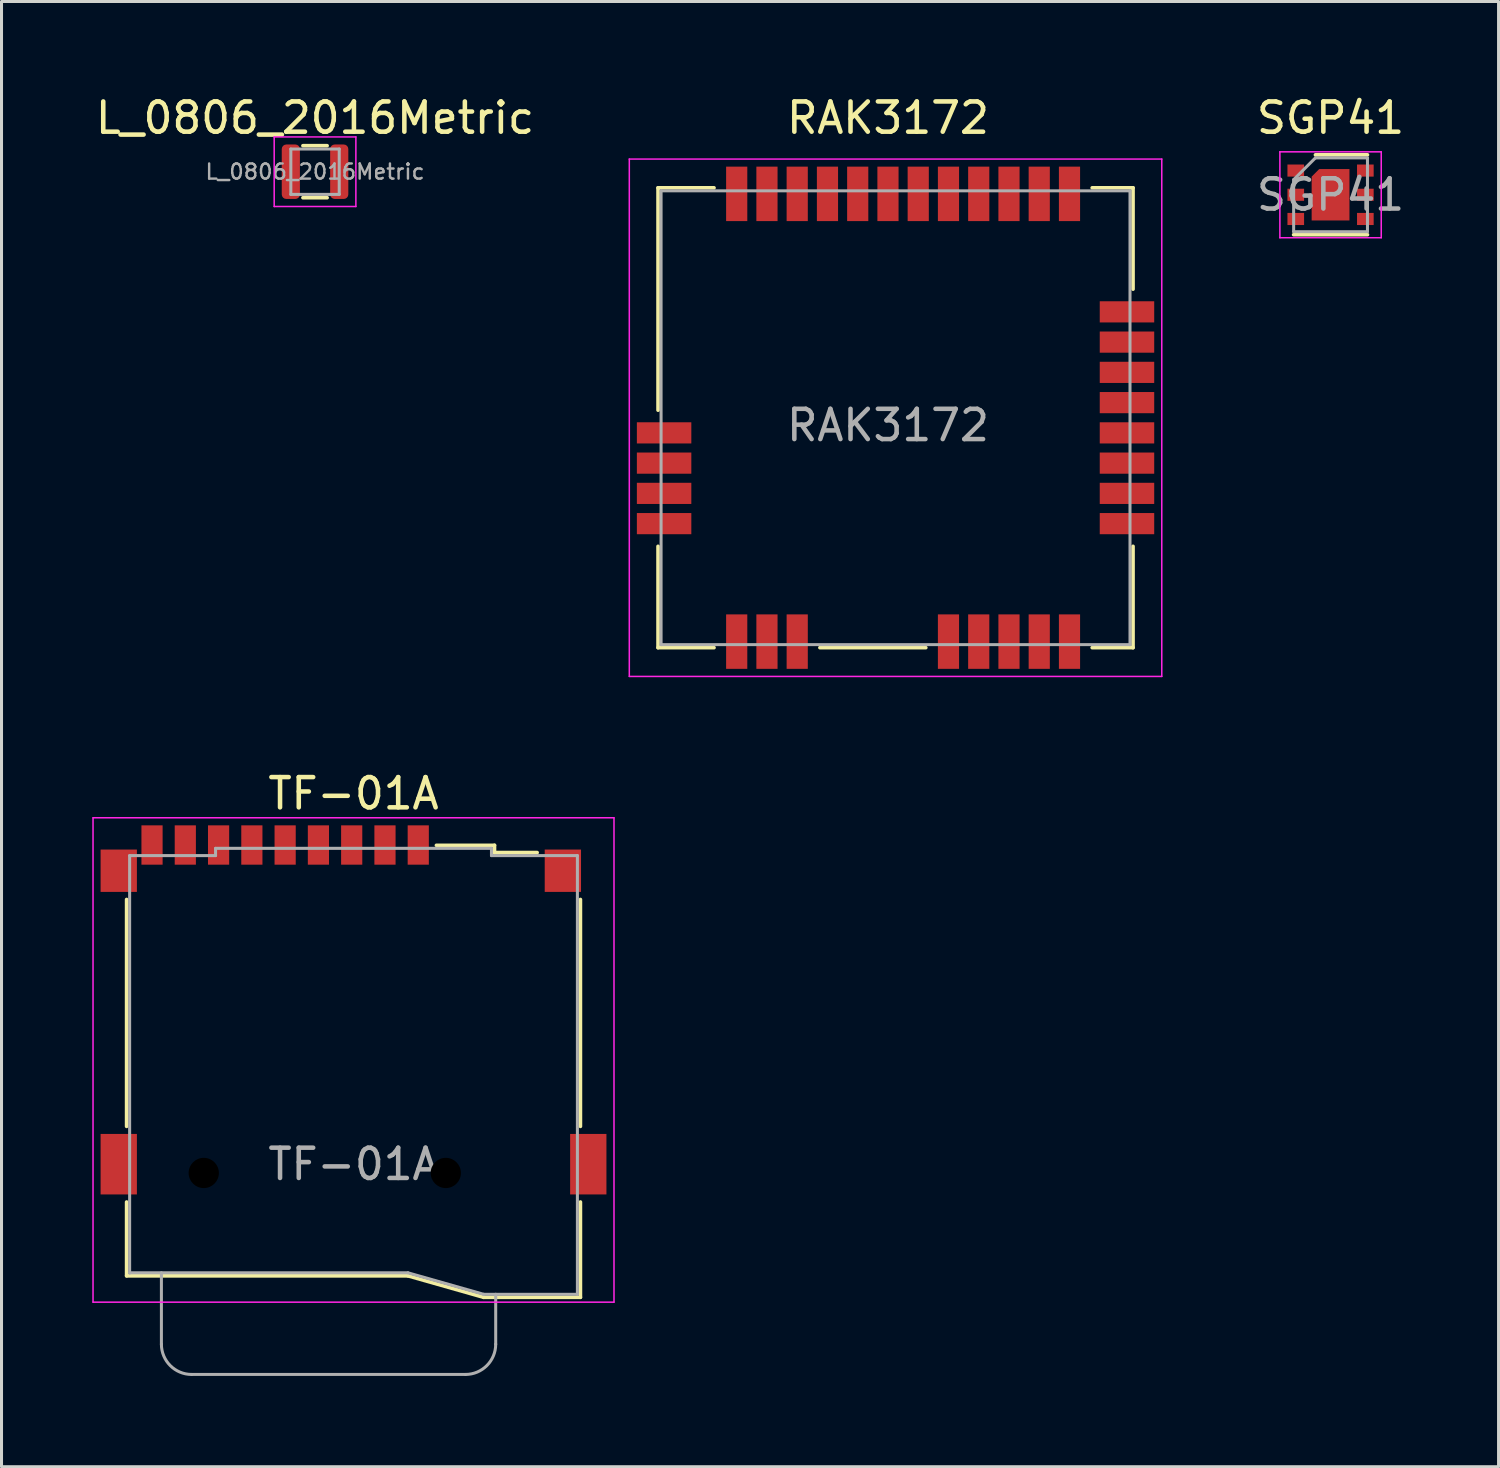
<source format=kicad_pcb>
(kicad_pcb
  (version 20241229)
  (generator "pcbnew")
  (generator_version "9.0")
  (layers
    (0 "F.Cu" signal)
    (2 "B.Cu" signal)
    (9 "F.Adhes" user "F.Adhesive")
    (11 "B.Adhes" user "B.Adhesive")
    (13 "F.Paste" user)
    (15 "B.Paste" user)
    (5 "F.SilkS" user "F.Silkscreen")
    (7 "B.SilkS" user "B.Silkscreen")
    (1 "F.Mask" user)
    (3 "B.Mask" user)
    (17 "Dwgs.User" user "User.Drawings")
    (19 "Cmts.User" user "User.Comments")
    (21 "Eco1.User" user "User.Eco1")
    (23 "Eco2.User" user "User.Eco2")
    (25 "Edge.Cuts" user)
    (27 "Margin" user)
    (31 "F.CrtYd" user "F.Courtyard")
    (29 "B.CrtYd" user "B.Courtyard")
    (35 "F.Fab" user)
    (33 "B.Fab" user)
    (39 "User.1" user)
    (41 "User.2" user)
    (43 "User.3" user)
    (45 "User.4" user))
  (footprint "TF-01A"
    (layer "F.Cu")
    (at 8.635 35.431)
    (property "Reference" "TF-01A" (at 0 -12.25 180) (layer "F.SilkS") (effects (font (size 1 1) (thickness 0.15))))
    (attr smd)
    (fp_line (start -7.5 -8.75) (end -7.5 -1.25) (stroke (width 0.12) (type solid)) (layer "F.SilkS"))
    (fp_line (start -7.5 3.69) (end -7.5 1.25) (stroke (width 0.12) (type solid)) (layer "F.SilkS"))
    (fp_line (start -7.5 3.69) (end 1.8 3.69) (stroke (width 0.12) (type solid)) (layer "F.SilkS"))
    (fp_line (start 1.8 3.69) (end 4.3 4.4) (stroke (width 0.12) (type solid)) (layer "F.SilkS"))
    (fp_line (start 2.74 -10.54) (end 4.66 -10.54) (stroke (width 0.12) (type solid)) (layer "F.SilkS"))
    (fp_line (start 4.3 4.4) (end 7.5 4.4) (stroke (width 0.12) (type solid)) (layer "F.SilkS"))
    (fp_line (start 4.66 -10.3) (end 4.66 -10.54) (stroke (width 0.12) (type solid)) (layer "F.SilkS"))
    (fp_line (start 4.66 -10.3) (end 6.07 -10.3) (stroke (width 0.12) (type solid)) (layer "F.SilkS"))
    (fp_line (start 7.5 -1.25) (end 7.5 -8.75) (stroke (width 0.12) (type solid)) (layer "F.SilkS"))
    (fp_line (start 7.5 4.4) (end 7.5 1.25) (stroke (width 0.12) (type solid)) (layer "F.SilkS"))
    (fp_line (start -8.61 -11.45) (end -8.61 4.56) (stroke (width 0.05) (type solid)) (layer "F.CrtYd"))
    (fp_line (start -8.61 4.56) (end 8.61 4.56) (stroke (width 0.05) (type solid)) (layer "F.CrtYd"))
    (fp_line (start 8.61 -11.45) (end -8.61 -11.45) (stroke (width 0.05) (type solid)) (layer "F.CrtYd"))
    (fp_line (start 8.61 4.56) (end 8.61 -11.45) (stroke (width 0.05) (type solid)) (layer "F.CrtYd"))
    (fp_line (start -7.4 -10.2) (end -4.56 -10.2) (stroke (width 0.1) (type solid)) (layer "F.Fab"))
    (fp_line (start -7.4 3.6) (end -7.4 -10.2) (stroke (width 0.1) (type solid)) (layer "F.Fab"))
    (fp_line (start -6.35 5.95) (end -6.35 3.59) (stroke (width 0.1) (type solid)) (layer "F.Fab"))
    (fp_line (start -4.56 -10.2) (end -4.56 -10.44) (stroke (width 0.1) (type solid)) (layer "F.Fab"))
    (fp_line (start 1.8 3.59) (end -7.4 3.59) (stroke (width 0.1) (type solid)) (layer "F.Fab"))
    (fp_line (start 3.7 6.95) (end -5.35 6.95) (stroke (width 0.1) (type solid)) (layer "F.Fab"))
    (fp_line (start 4.3 4.3) (end 1.8 3.59) (stroke (width 0.1) (type solid)) (layer "F.Fab"))
    (fp_line (start 4.56 -10.44) (end -4.56 -10.44) (stroke (width 0.1) (type solid)) (layer "F.Fab"))
    (fp_line (start 4.56 -10.2) (end 4.56 -10.44) (stroke (width 0.1) (type solid)) (layer "F.Fab"))
    (fp_line (start 4.56 -10.2) (end 7.4 -10.2) (stroke (width 0.1) (type solid)) (layer "F.Fab"))
    (fp_line (start 4.7 5.95) (end 4.7 4.3) (stroke (width 0.1) (type solid)) (layer "F.Fab"))
    (fp_line (start 7.4 -10.2) (end 7.4 4.3) (stroke (width 0.1) (type solid)) (layer "F.Fab"))
    (fp_line (start 7.4 4.3) (end 4.3 4.3) (stroke (width 0.1) (type solid)) (layer "F.Fab"))
    (fp_arc (start -5.35 6.95) (mid -6.057107 6.657107) (end -6.35 5.95) (stroke (width 0.1) (type default)) (layer "F.Fab"))
    (fp_arc (start 4.7 5.95) (mid 4.407107 6.657107) (end 3.7 6.95) (stroke (width 0.1) (type default)) (layer "F.Fab"))
    (fp_text user "${REFERENCE}" (at 0 0 0) (unlocked yes) (layer "F.Fab") (effects (font (size 1 1) (thickness 0.15))))
    (pad "" np_thru_hole circle (at -4.95 0.29) (size 1 1) (drill 1) (layers "*.Mask"))
    (pad "" np_thru_hole circle (at 3.05 0.29) (size 1 1) (drill 1) (layers "*.Mask"))
    (pad "1" smd rect (at 2.14 -10.55) (size 0.7 1.3) (layers "F.Cu" "F.Mask" "F.Paste"))
    (pad "2" smd rect (at 1.04 -10.55) (size 0.7 1.3) (layers "F.Cu" "F.Mask" "F.Paste"))
    (pad "3" smd rect (at -0.06 -10.55) (size 0.7 1.3) (layers "F.Cu" "F.Mask" "F.Paste"))
    (pad "4" smd rect (at -1.16 -10.55) (size 0.7 1.3) (layers "F.Cu" "F.Mask" "F.Paste"))
    (pad "5" smd rect (at -2.26 -10.55) (size 0.7 1.3) (layers "F.Cu" "F.Mask" "F.Paste"))
    (pad "6" smd rect (at -3.36 -10.55) (size 0.7 1.3) (layers "F.Cu" "F.Mask" "F.Paste"))
    (pad "7" smd rect (at -4.46 -10.55) (size 0.7 1.3) (layers "F.Cu" "F.Mask" "F.Paste"))
    (pad "8" smd rect (at -5.56 -10.55) (size 0.7 1.3) (layers "F.Cu" "F.Mask" "F.Paste"))
    (pad "9" smd rect (at -6.66 -10.55) (size 0.7 1.3) (layers "F.Cu" "F.Mask" "F.Paste"))
    (pad "10" smd rect (at -7.76 -9.7) (size 1.2 1.4) (layers "F.Cu" "F.Mask" "F.Paste"))
    (pad "10" smd rect (at -7.76 0) (size 1.2 2) (layers "F.Cu" "F.Mask" "F.Paste"))
    (pad "10" smd rect (at 6.92 -9.7) (size 1.2 1.4) (layers "F.Cu" "F.Mask" "F.Paste"))
    (pad "10" smd rect (at 7.76 0) (size 1.2 2) (layers "F.Cu" "F.Mask" "F.Paste")))
  (footprint "RAK3172"
    (layer "F.Cu")
    (at 26.301 11.008)
    (property "Reference" "RAK3172" (at 0 -10.16 180) (layer "F.SilkS") (effects (font (size 1 1) (thickness 0.15))))
    (attr smd)
    (fp_line (start -7.6 -7.85) (end -5.75 -7.85) (stroke (width 0.12) (type solid)) (layer "F.SilkS"))
    (fp_line (start -7.6 -0.5) (end -7.6 -7.85) (stroke (width 0.12) (type solid)) (layer "F.SilkS"))
    (fp_line (start -7.6 7.35) (end -7.6 4) (stroke (width 0.12) (type solid)) (layer "F.SilkS"))
    (fp_line (start -5.75 7.35) (end -7.6 7.35) (stroke (width 0.12) (type solid)) (layer "F.SilkS"))
    (fp_line (start 1.25 7.35) (end -2.25 7.35) (stroke (width 0.12) (type solid)) (layer "F.SilkS"))
    (fp_line (start 6.75 -7.85) (end 8.1 -7.85) (stroke (width 0.12) (type solid)) (layer "F.SilkS"))
    (fp_line (start 8.1 -7.85) (end 8.1 -4.5) (stroke (width 0.12) (type solid)) (layer "F.SilkS"))
    (fp_line (start 8.1 4) (end 8.1 7.35) (stroke (width 0.12) (type solid)) (layer "F.SilkS"))
    (fp_line (start 8.1 7.35) (end 6.75 7.35) (stroke (width 0.12) (type solid)) (layer "F.SilkS"))
    (fp_line (start -8.55 -8.8) (end 9.05 -8.8) (stroke (width 0.05) (type solid)) (layer "F.CrtYd"))
    (fp_line (start -8.55 8.3) (end -8.55 -8.8) (stroke (width 0.05) (type solid)) (layer "F.CrtYd"))
    (fp_line (start 9.05 -8.8) (end 9.05 8.3) (stroke (width 0.05) (type solid)) (layer "F.CrtYd"))
    (fp_line (start 9.05 8.3) (end -8.55 8.3) (stroke (width 0.05) (type solid)) (layer "F.CrtYd"))
    (fp_line (start -7.5 -7.75) (end -7.5 7.25) (stroke (width 0.1) (type solid)) (layer "F.Fab"))
    (fp_line (start -7.5 7.25) (end 8 7.25) (stroke (width 0.1) (type solid)) (layer "F.Fab"))
    (fp_line (start 8 -7.75) (end -7.5 -7.75) (stroke (width 0.1) (type solid)) (layer "F.Fab"))
    (fp_line (start 8 7.25) (end 8 -7.75) (stroke (width 0.1) (type solid)) (layer "F.Fab"))
    (fp_text user "${REFERENCE}" (at 0 0 0) (unlocked yes) (layer "F.Fab") (effects (font (size 1 1) (thickness 0.15))))
    (pad "1" smd rect (at 6 -7.65 180) (size 0.7 1.8) (layers "F.Cu" "F.Mask" "F.Paste"))
    (pad "2" smd rect (at 5 -7.65 180) (size 0.7 1.8) (layers "F.Cu" "F.Mask" "F.Paste"))
    (pad "3" smd rect (at 4 -7.65 180) (size 0.7 1.8) (layers "F.Cu" "F.Mask" "F.Paste"))
    (pad "4" smd rect (at 3 -7.65 180) (size 0.7 1.8) (layers "F.Cu" "F.Mask" "F.Paste"))
    (pad "5" smd rect (at 2 -7.65 180) (size 0.7 1.8) (layers "F.Cu" "F.Mask" "F.Paste"))
    (pad "6" smd rect (at 1 -7.65 180) (size 0.7 1.8) (layers "F.Cu" "F.Mask" "F.Paste"))
    (pad "7" smd rect (at 0 -7.65 180) (size 0.7 1.8) (layers "F.Cu" "F.Mask" "F.Paste"))
    (pad "8" smd rect (at -1 -7.65 180) (size 0.7 1.8) (layers "F.Cu" "F.Mask" "F.Paste"))
    (pad "9" smd rect (at -2 -7.65 180) (size 0.7 1.8) (layers "F.Cu" "F.Mask" "F.Paste"))
    (pad "10" smd rect (at -3 -7.65 180) (size 0.7 1.8) (layers "F.Cu" "F.Mask" "F.Paste"))
    (pad "11" smd rect (at -4 -7.65 180) (size 0.7 1.8) (layers "F.Cu" "F.Mask" "F.Paste"))
    (pad "12" smd rect (at -5 -7.65 180) (size 0.7 1.8) (layers "F.Cu" "F.Mask" "F.Paste"))
    (pad "13" smd rect (at -7.4 0.25 270) (size 0.7 1.8) (layers "F.Cu" "F.Mask" "F.Paste"))
    (pad "14" smd rect (at -7.4 1.25 270) (size 0.7 1.8) (layers "F.Cu" "F.Mask" "F.Paste"))
    (pad "15" smd rect (at -7.4 2.25 270) (size 0.7 1.8) (layers "F.Cu" "F.Mask" "F.Paste"))
    (pad "16" smd rect (at -7.4 3.25 270) (size 0.7 1.8) (layers "F.Cu" "F.Mask" "F.Paste"))
    (pad "17" smd rect (at -5 7.15) (size 0.7 1.8) (layers "F.Cu" "F.Mask" "F.Paste"))
    (pad "18" smd rect (at -4 7.15) (size 0.7 1.8) (layers "F.Cu" "F.Mask" "F.Paste"))
    (pad "19" smd rect (at -3 7.15) (size 0.7 1.8) (layers "F.Cu" "F.Mask" "F.Paste"))
    (pad "20" smd rect (at 2 7.15) (size 0.7 1.8) (layers "F.Cu" "F.Mask" "F.Paste"))
    (pad "21" smd rect (at 3 7.15) (size 0.7 1.8) (layers "F.Cu" "F.Mask" "F.Paste"))
    (pad "22" smd rect (at 4 7.15) (size 0.7 1.8) (layers "F.Cu" "F.Mask" "F.Paste"))
    (pad "23" smd rect (at 5 7.15) (size 0.7 1.8) (layers "F.Cu" "F.Mask" "F.Paste"))
    (pad "24" smd rect (at 6 7.15) (size 0.7 1.8) (layers "F.Cu" "F.Mask" "F.Paste"))
    (pad "25" smd rect (at 7.9 3.25 90) (size 0.7 1.8) (layers "F.Cu" "F.Mask" "F.Paste"))
    (pad "26" smd rect (at 7.9 2.25 90) (size 0.7 1.8) (layers "F.Cu" "F.Mask" "F.Paste"))
    (pad "27" smd rect (at 7.9 1.25 90) (size 0.7 1.8) (layers "F.Cu" "F.Mask" "F.Paste"))
    (pad "28" smd rect (at 7.9 0.25 90) (size 0.7 1.8) (layers "F.Cu" "F.Mask" "F.Paste"))
    (pad "29" smd rect (at 7.9 -0.75 90) (size 0.7 1.8) (layers "F.Cu" "F.Mask" "F.Paste"))
    (pad "30" smd rect (at 7.9 -1.75 90) (size 0.7 1.8) (layers "F.Cu" "F.Mask" "F.Paste"))
    (pad "31" smd rect (at 7.9 -2.75 90) (size 0.7 1.8) (layers "F.Cu" "F.Mask" "F.Paste"))
    (pad "32" smd rect (at 7.9 -3.75 90) (size 0.7 1.8) (layers "F.Cu" "F.Mask" "F.Paste")))
  (footprint "L_0806_2016Metric"
    (layer "F.Cu")
    (at 7.363 2.626)
    (property "Reference" "L_0806_2016Metric" (at 0 -1.778 0) (layer "F.SilkS") (effects (font (size 1 1) (thickness 0.15))))
    (attr smd)
    (fp_line (start -0.4 -0.86) (end 0.4 -0.86) (stroke (width 0.12) (type solid)) (layer "F.SilkS"))
    (fp_line (start -0.4 0.86) (end 0.4 0.86) (stroke (width 0.12) (type solid)) (layer "F.SilkS"))
    (fp_line (start -1.35 -1.15) (end 1.35 -1.15) (stroke (width 0.05) (type solid)) (layer "F.CrtYd"))
    (fp_line (start -1.35 1.15) (end -1.35 -1.15) (stroke (width 0.05) (type solid)) (layer "F.CrtYd"))
    (fp_line (start 1.35 -1.15) (end 1.35 1.15) (stroke (width 0.05) (type solid)) (layer "F.CrtYd"))
    (fp_line (start 1.35 1.15) (end -1.35 1.15) (stroke (width 0.05) (type solid)) (layer "F.CrtYd"))
    (fp_line (start -0.8 -0.75) (end 0.8 -0.75) (stroke (width 0.1) (type solid)) (layer "F.Fab"))
    (fp_line (start -0.8 0.75) (end -0.8 -0.75) (stroke (width 0.1) (type solid)) (layer "F.Fab"))
    (fp_line (start 0.8 -0.75) (end 0.8 0.75) (stroke (width 0.1) (type solid)) (layer "F.Fab"))
    (fp_line (start 0.8 0.75) (end -0.8 0.75) (stroke (width 0.1) (type solid)) (layer "F.Fab"))
    (fp_text user "${REFERENCE}" (at 0 0 0) (layer "F.Fab") (effects (font (size 0.5 0.5) (thickness 0.08))))
    (pad "1" smd roundrect (at -0.8 0) (size 0.6 1.8) (layers "F.Cu" "F.Mask" "F.Paste") (roundrect_rratio 0.25))
    (pad "2" smd roundrect (at 0.8 0) (size 0.6 1.8) (layers "F.Cu" "F.Mask" "F.Paste") (roundrect_rratio 0.25)))
  (footprint "SGP41"
    (layer "F.Cu")
    (at 40.93 3.388)
    (property "Reference" "SGP41" (at 0 -2.54 0) (unlocked yes) (layer "F.SilkS") (effects (font (size 1 1) (thickness 0.15))))
    (attr smd)
    (fp_line (start -1.22 1.32) (end 1.22 1.32) (stroke (width 0.12) (type solid)) (layer "F.SilkS"))
    (fp_line (start -0.5 -1.32) (end 1.22 -1.32) (stroke (width 0.12) (type solid)) (layer "F.SilkS"))
    (fp_line (start -1.675 -1.42) (end -1.675 1.42) (stroke (width 0.05) (type solid)) (layer "F.CrtYd"))
    (fp_line (start -1.675 1.42) (end 1.675 1.42) (stroke (width 0.05) (type solid)) (layer "F.CrtYd"))
    (fp_line (start 1.675 -1.42) (end -1.675 -1.42) (stroke (width 0.05) (type solid)) (layer "F.CrtYd"))
    (fp_line (start 1.675 1.42) (end 1.675 -1.42) (stroke (width 0.05) (type solid)) (layer "F.CrtYd"))
    (fp_line (start -1.22 1.22) (end -1.22 -0.5) (stroke (width 0.1) (type solid)) (layer "F.Fab"))
    (fp_line (start -0.5 -1.22) (end -1.22 -0.5) (stroke (width 0.1) (type solid)) (layer "F.Fab"))
    (fp_line (start -0.5 -1.22) (end 1.22 -1.22) (stroke (width 0.1) (type solid)) (layer "F.Fab"))
    (fp_line (start 1.22 -1.22) (end 1.22 1.22) (stroke (width 0.1) (type solid)) (layer "F.Fab"))
    (fp_line (start 1.22 1.22) (end -1.22 1.22) (stroke (width 0.1) (type solid)) (layer "F.Fab"))
    (fp_text user "${REFERENCE}" (at 0 0 0) (unlocked yes) (layer "F.Fab") (effects (font (size 1 1) (thickness 0.15))))
    (pad "1" smd rect (at -1.15 -0.8 270) (size 0.4 0.55) (layers "F.Cu" "F.Mask" "F.Paste"))
    (pad "2" smd rect (at -1.15 0 270) (size 0.4 0.55) (layers "F.Cu" "F.Mask" "F.Paste"))
    (pad "3" smd rect (at -1.15 0.8 270) (size 0.4 0.55) (layers "F.Cu" "F.Mask" "F.Paste"))
    (pad "4" smd rect (at 1.15 0.8 270) (size 0.4 0.55) (layers "F.Cu" "F.Mask" "F.Paste"))
    (pad "5" smd rect (at 1.15 0 270) (size 0.4 0.55) (layers "F.Cu" "F.Mask" "F.Paste"))
    (pad "6" smd rect (at 1.15 -0.8 270) (size 0.4 0.55) (layers "F.Cu" "F.Mask" "F.Paste"))
    (pad "7" smd roundrect (at 0 0) (size 1.25 1.7) (layers "F.Cu" "F.Mask" "F.Paste") (roundrect_rratio 0) (chamfer_ratio 0.2) (chamfer top_left)))
  (gr_rect
    (start -3 -3)
    (end 46.483 45.431)
    (stroke (width 0.1) (type default))
    (fill no)
    (layer "Edge.Cuts")))
</source>
